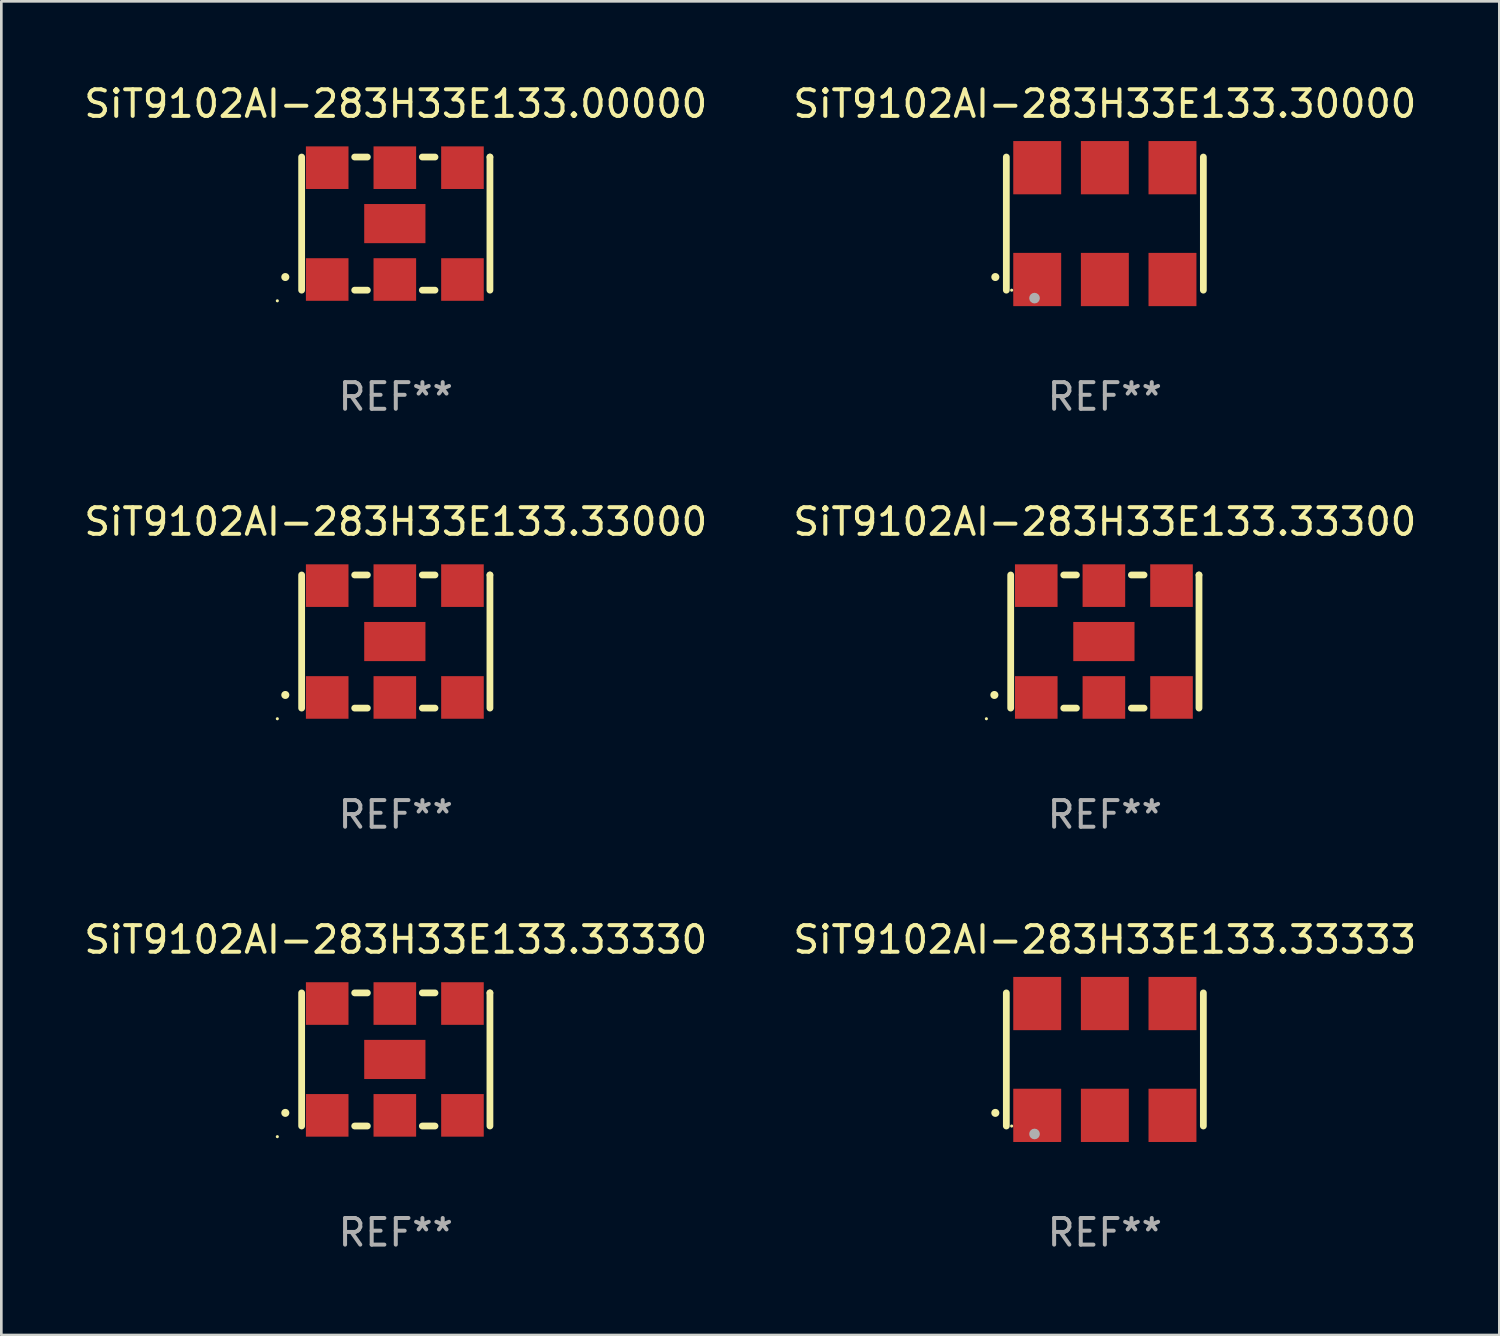
<source format=kicad_pcb>
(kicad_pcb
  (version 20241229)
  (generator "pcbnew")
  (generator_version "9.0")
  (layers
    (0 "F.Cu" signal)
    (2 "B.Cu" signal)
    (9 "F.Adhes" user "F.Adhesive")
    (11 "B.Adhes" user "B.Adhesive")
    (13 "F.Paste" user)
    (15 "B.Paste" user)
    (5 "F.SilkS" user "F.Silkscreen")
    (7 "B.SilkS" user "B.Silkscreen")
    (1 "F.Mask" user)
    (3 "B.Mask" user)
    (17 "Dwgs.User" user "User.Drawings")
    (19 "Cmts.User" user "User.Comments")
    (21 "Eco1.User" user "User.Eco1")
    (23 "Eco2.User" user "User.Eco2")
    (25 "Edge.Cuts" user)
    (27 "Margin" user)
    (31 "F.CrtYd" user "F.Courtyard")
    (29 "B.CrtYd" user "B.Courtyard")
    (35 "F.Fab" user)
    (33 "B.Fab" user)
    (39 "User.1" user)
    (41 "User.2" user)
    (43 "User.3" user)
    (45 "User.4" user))
  (footprint "SiT9102AI-283H33E133.33300"
    (layer "F.Cu")
    (at 38.446 21.045)
    (property "Reference" "SiT9102AI-283H33E133.33300" (at 0 -4.5 0) (layer "F.SilkS") (effects (font (size 1 1) (thickness 0.15))))
    (attr through_hole)
    (fp_line (start -3.536 -2.5) (end -3.536 2.5) (stroke (width 0.254) (type solid)) (layer "F.SilkS"))
    (fp_line (start -1.544 2.5) (end -1.067 2.5) (stroke (width 0.254) (type solid)) (layer "F.SilkS"))
    (fp_line (start -1.067 -2.5) (end -1.544 -2.5) (stroke (width 0.254) (type solid)) (layer "F.SilkS"))
    (fp_line (start 0.996 2.5) (end 1.473 2.5) (stroke (width 0.254) (type solid)) (layer "F.SilkS"))
    (fp_line (start 1.473 -2.5) (end 0.996 -2.5) (stroke (width 0.254) (type solid)) (layer "F.SilkS"))
    (fp_line (start 3.536 -2.5) (end 3.536 -2.5) (stroke (width 0.254) (type solid)) (layer "F.SilkS"))
    (fp_line (start 3.536 2.5) (end 3.536 -2.5) (stroke (width 0.254) (type solid)) (layer "F.SilkS"))
    (fp_arc (start -4.150432 2.006604) (mid -4.149162 2.006599) (end -4.147892 2.006604) (stroke (width 0.3) (type solid)) (layer "F.SilkS"))
    (fp_circle (center -4.449 2.9) (end -4.419 2.9) (stroke (width 0.06) (type solid)) (fill no) (layer "F.SilkS"))
    (fp_text user "REF**" (at 0 6.5 0) (layer "F.Fab") (effects (font (size 1 1) (thickness 0.15))))
    (pad "1" smd rect (at -2.576 2.1) (size 1.6 1.6) (layers "F.Cu" "F.Mask" "F.Paste"))
    (pad "2" smd rect (at -0.036 2.1) (size 1.6 1.6) (layers "F.Cu" "F.Mask" "F.Paste"))
    (pad "3" smd rect (at 2.504 2.1) (size 1.6 1.6) (layers "F.Cu" "F.Mask" "F.Paste"))
    (pad "4" smd rect (at 2.504 -2.1) (size 1.6 1.6) (layers "F.Cu" "F.Mask" "F.Paste"))
    (pad "5" smd rect (at -0.036 -2.1) (size 1.6 1.6) (layers "F.Cu" "F.Mask" "F.Paste"))
    (pad "6" smd rect (at -2.576 -2.1) (size 1.6 1.6) (layers "F.Cu" "F.Mask" "F.Paste"))
    (pad "7" smd rect (at -0.036 0) (size 2.3 1.47) (layers "F.Cu" "F.Mask" "F.Paste")))
  (footprint "SiT9102AI-283H33E133.00000"
    (layer "F.Cu")
    (at 11.815 5.348)
    (property "Reference" "SiT9102AI-283H33E133.00000" (at 0 -4.5 0) (layer "F.SilkS") (effects (font (size 1 1) (thickness 0.15))))
    (attr through_hole)
    (fp_line (start -3.536 -2.5) (end -3.536 2.5) (stroke (width 0.254) (type solid)) (layer "F.SilkS"))
    (fp_line (start -1.544 2.5) (end -1.067 2.5) (stroke (width 0.254) (type solid)) (layer "F.SilkS"))
    (fp_line (start -1.067 -2.5) (end -1.544 -2.5) (stroke (width 0.254) (type solid)) (layer "F.SilkS"))
    (fp_line (start 0.996 2.5) (end 1.473 2.5) (stroke (width 0.254) (type solid)) (layer "F.SilkS"))
    (fp_line (start 1.473 -2.5) (end 0.996 -2.5) (stroke (width 0.254) (type solid)) (layer "F.SilkS"))
    (fp_line (start 3.536 -2.5) (end 3.536 -2.5) (stroke (width 0.254) (type solid)) (layer "F.SilkS"))
    (fp_line (start 3.536 2.5) (end 3.536 -2.5) (stroke (width 0.254) (type solid)) (layer "F.SilkS"))
    (fp_arc (start -4.150432 2.006604) (mid -4.149162 2.006599) (end -4.147892 2.006604) (stroke (width 0.3) (type solid)) (layer "F.SilkS"))
    (fp_circle (center -4.449 2.9) (end -4.419 2.9) (stroke (width 0.06) (type solid)) (fill no) (layer "F.SilkS"))
    (fp_text user "REF**" (at 0 6.5 0) (layer "F.Fab") (effects (font (size 1 1) (thickness 0.15))))
    (pad "1" smd rect (at -2.576 2.1) (size 1.6 1.6) (layers "F.Cu" "F.Mask" "F.Paste"))
    (pad "2" smd rect (at -0.036 2.1) (size 1.6 1.6) (layers "F.Cu" "F.Mask" "F.Paste"))
    (pad "3" smd rect (at 2.504 2.1) (size 1.6 1.6) (layers "F.Cu" "F.Mask" "F.Paste"))
    (pad "4" smd rect (at 2.504 -2.1) (size 1.6 1.6) (layers "F.Cu" "F.Mask" "F.Paste"))
    (pad "5" smd rect (at -0.036 -2.1) (size 1.6 1.6) (layers "F.Cu" "F.Mask" "F.Paste"))
    (pad "6" smd rect (at -2.576 -2.1) (size 1.6 1.6) (layers "F.Cu" "F.Mask" "F.Paste"))
    (pad "7" smd rect (at -0.036 0) (size 2.3 1.47) (layers "F.Cu" "F.Mask" "F.Paste")))
  (footprint "SiT9102AI-283H33E133.33333"
    (layer "F.Cu")
    (at 38.446 36.741)
    (property "Reference" "SiT9102AI-283H33E133.33333" (at 0 -4.5 0) (layer "F.SilkS") (effects (font (size 1 1) (thickness 0.15))))
    (attr through_hole)
    (fp_line (start -3.7 -2.5) (end -3.7 2.5) (stroke (width 0.254) (type solid)) (layer "F.SilkS"))
    (fp_line (start 3.7 -2.5) (end 3.7 2.5) (stroke (width 0.254) (type solid)) (layer "F.SilkS"))
    (fp_arc (start -4.114415 2.006604) (mid -4.113145 2.006599) (end -4.111875 2.006604) (stroke (width 0.3) (type solid)) (layer "F.SilkS"))
    (fp_circle (center -3.5 2.501) (end -3.47 2.501) (stroke (width 0.06) (type solid)) (fill no) (layer "F.SilkS"))
    (fp_circle (center -2.641 2.799) (end -2.541 2.799) (stroke (width 0.2) (type solid)) (fill no) (layer "F.Fab"))
    (fp_text user "REF**" (at 0 6.5 0) (layer "F.Fab") (effects (font (size 1 1) (thickness 0.15))))
    (pad "1" smd rect (at -2.54 2.1) (size 1.8 2) (layers "F.Cu" "F.Mask" "F.Paste"))
    (pad "2" smd rect (at 0.000394 2.1) (size 1.8 2) (layers "F.Cu" "F.Mask" "F.Paste"))
    (pad "3" smd rect (at 2.54 2.1) (size 1.8 2) (layers "F.Cu" "F.Mask" "F.Paste"))
    (pad "4" smd rect (at 2.54 -2.1) (size 1.8 2) (layers "F.Cu" "F.Mask" "F.Paste"))
    (pad "5" smd rect (at 0.000394 -2.1) (size 1.8 2) (layers "F.Cu" "F.Mask" "F.Paste"))
    (pad "6" smd rect (at -2.54 -2.1) (size 1.8 2) (layers "F.Cu" "F.Mask" "F.Paste")))
  (footprint "SiT9102AI-283H33E133.33000"
    (layer "F.Cu")
    (at 11.815 21.045)
    (property "Reference" "SiT9102AI-283H33E133.33000" (at 0 -4.5 0) (layer "F.SilkS") (effects (font (size 1 1) (thickness 0.15))))
    (attr through_hole)
    (fp_line (start -3.536 -2.5) (end -3.536 2.5) (stroke (width 0.254) (type solid)) (layer "F.SilkS"))
    (fp_line (start -1.544 2.5) (end -1.067 2.5) (stroke (width 0.254) (type solid)) (layer "F.SilkS"))
    (fp_line (start -1.067 -2.5) (end -1.544 -2.5) (stroke (width 0.254) (type solid)) (layer "F.SilkS"))
    (fp_line (start 0.996 2.5) (end 1.473 2.5) (stroke (width 0.254) (type solid)) (layer "F.SilkS"))
    (fp_line (start 1.473 -2.5) (end 0.996 -2.5) (stroke (width 0.254) (type solid)) (layer "F.SilkS"))
    (fp_line (start 3.536 -2.5) (end 3.536 -2.5) (stroke (width 0.254) (type solid)) (layer "F.SilkS"))
    (fp_line (start 3.536 2.5) (end 3.536 -2.5) (stroke (width 0.254) (type solid)) (layer "F.SilkS"))
    (fp_arc (start -4.150432 2.006604) (mid -4.149162 2.006599) (end -4.147892 2.006604) (stroke (width 0.3) (type solid)) (layer "F.SilkS"))
    (fp_circle (center -4.449 2.9) (end -4.419 2.9) (stroke (width 0.06) (type solid)) (fill no) (layer "F.SilkS"))
    (fp_text user "REF**" (at 0 6.5 0) (layer "F.Fab") (effects (font (size 1 1) (thickness 0.15))))
    (pad "1" smd rect (at -2.576 2.1) (size 1.6 1.6) (layers "F.Cu" "F.Mask" "F.Paste"))
    (pad "2" smd rect (at -0.036 2.1) (size 1.6 1.6) (layers "F.Cu" "F.Mask" "F.Paste"))
    (pad "3" smd rect (at 2.504 2.1) (size 1.6 1.6) (layers "F.Cu" "F.Mask" "F.Paste"))
    (pad "4" smd rect (at 2.504 -2.1) (size 1.6 1.6) (layers "F.Cu" "F.Mask" "F.Paste"))
    (pad "5" smd rect (at -0.036 -2.1) (size 1.6 1.6) (layers "F.Cu" "F.Mask" "F.Paste"))
    (pad "6" smd rect (at -2.576 -2.1) (size 1.6 1.6) (layers "F.Cu" "F.Mask" "F.Paste"))
    (pad "7" smd rect (at -0.036 0) (size 2.3 1.47) (layers "F.Cu" "F.Mask" "F.Paste")))
  (footprint "SiT9102AI-283H33E133.33330"
    (layer "F.Cu")
    (at 11.815 36.741)
    (property "Reference" "SiT9102AI-283H33E133.33330" (at 0 -4.5 0) (layer "F.SilkS") (effects (font (size 1 1) (thickness 0.15))))
    (attr through_hole)
    (fp_line (start -3.536 -2.5) (end -3.536 2.5) (stroke (width 0.254) (type solid)) (layer "F.SilkS"))
    (fp_line (start -1.544 2.5) (end -1.067 2.5) (stroke (width 0.254) (type solid)) (layer "F.SilkS"))
    (fp_line (start -1.067 -2.5) (end -1.544 -2.5) (stroke (width 0.254) (type solid)) (layer "F.SilkS"))
    (fp_line (start 0.996 2.5) (end 1.473 2.5) (stroke (width 0.254) (type solid)) (layer "F.SilkS"))
    (fp_line (start 1.473 -2.5) (end 0.996 -2.5) (stroke (width 0.254) (type solid)) (layer "F.SilkS"))
    (fp_line (start 3.536 -2.5) (end 3.536 -2.5) (stroke (width 0.254) (type solid)) (layer "F.SilkS"))
    (fp_line (start 3.536 2.5) (end 3.536 -2.5) (stroke (width 0.254) (type solid)) (layer "F.SilkS"))
    (fp_arc (start -4.150432 2.006604) (mid -4.149162 2.006599) (end -4.147892 2.006604) (stroke (width 0.3) (type solid)) (layer "F.SilkS"))
    (fp_circle (center -4.449 2.9) (end -4.419 2.9) (stroke (width 0.06) (type solid)) (fill no) (layer "F.SilkS"))
    (fp_text user "REF**" (at 0 6.5 0) (layer "F.Fab") (effects (font (size 1 1) (thickness 0.15))))
    (pad "1" smd rect (at -2.576 2.1) (size 1.6 1.6) (layers "F.Cu" "F.Mask" "F.Paste"))
    (pad "2" smd rect (at -0.036 2.1) (size 1.6 1.6) (layers "F.Cu" "F.Mask" "F.Paste"))
    (pad "3" smd rect (at 2.504 2.1) (size 1.6 1.6) (layers "F.Cu" "F.Mask" "F.Paste"))
    (pad "4" smd rect (at 2.504 -2.1) (size 1.6 1.6) (layers "F.Cu" "F.Mask" "F.Paste"))
    (pad "5" smd rect (at -0.036 -2.1) (size 1.6 1.6) (layers "F.Cu" "F.Mask" "F.Paste"))
    (pad "6" smd rect (at -2.576 -2.1) (size 1.6 1.6) (layers "F.Cu" "F.Mask" "F.Paste"))
    (pad "7" smd rect (at -0.036 0) (size 2.3 1.47) (layers "F.Cu" "F.Mask" "F.Paste")))
  (footprint "SiT9102AI-283H33E133.30000"
    (layer "F.Cu")
    (at 38.446 5.348)
    (property "Reference" "SiT9102AI-283H33E133.30000" (at 0 -4.5 0) (layer "F.SilkS") (effects (font (size 1 1) (thickness 0.15))))
    (attr through_hole)
    (fp_line (start -3.7 -2.5) (end -3.7 2.5) (stroke (width 0.254) (type solid)) (layer "F.SilkS"))
    (fp_line (start 3.7 -2.5) (end 3.7 2.5) (stroke (width 0.254) (type solid)) (layer "F.SilkS"))
    (fp_arc (start -4.114415 2.006604) (mid -4.113145 2.006599) (end -4.111875 2.006604) (stroke (width 0.3) (type solid)) (layer "F.SilkS"))
    (fp_circle (center -3.5 2.501) (end -3.47 2.501) (stroke (width 0.06) (type solid)) (fill no) (layer "F.SilkS"))
    (fp_circle (center -2.641 2.799) (end -2.541 2.799) (stroke (width 0.2) (type solid)) (fill no) (layer "F.Fab"))
    (fp_text user "REF**" (at 0 6.5 0) (layer "F.Fab") (effects (font (size 1 1) (thickness 0.15))))
    (pad "1" smd rect (at -2.54 2.1) (size 1.8 2) (layers "F.Cu" "F.Mask" "F.Paste"))
    (pad "2" smd rect (at 0.000394 2.1) (size 1.8 2) (layers "F.Cu" "F.Mask" "F.Paste"))
    (pad "3" smd rect (at 2.54 2.1) (size 1.8 2) (layers "F.Cu" "F.Mask" "F.Paste"))
    (pad "4" smd rect (at 2.54 -2.1) (size 1.8 2) (layers "F.Cu" "F.Mask" "F.Paste"))
    (pad "5" smd rect (at 0.000394 -2.1) (size 1.8 2) (layers "F.Cu" "F.Mask" "F.Paste"))
    (pad "6" smd rect (at -2.54 -2.1) (size 1.8 2) (layers "F.Cu" "F.Mask" "F.Paste")))
  (gr_rect
    (start -3 -3)
    (end 53.262 47.09)
    (stroke (width 0.1) (type default))
    (fill no)
    (layer "Edge.Cuts")))
</source>
